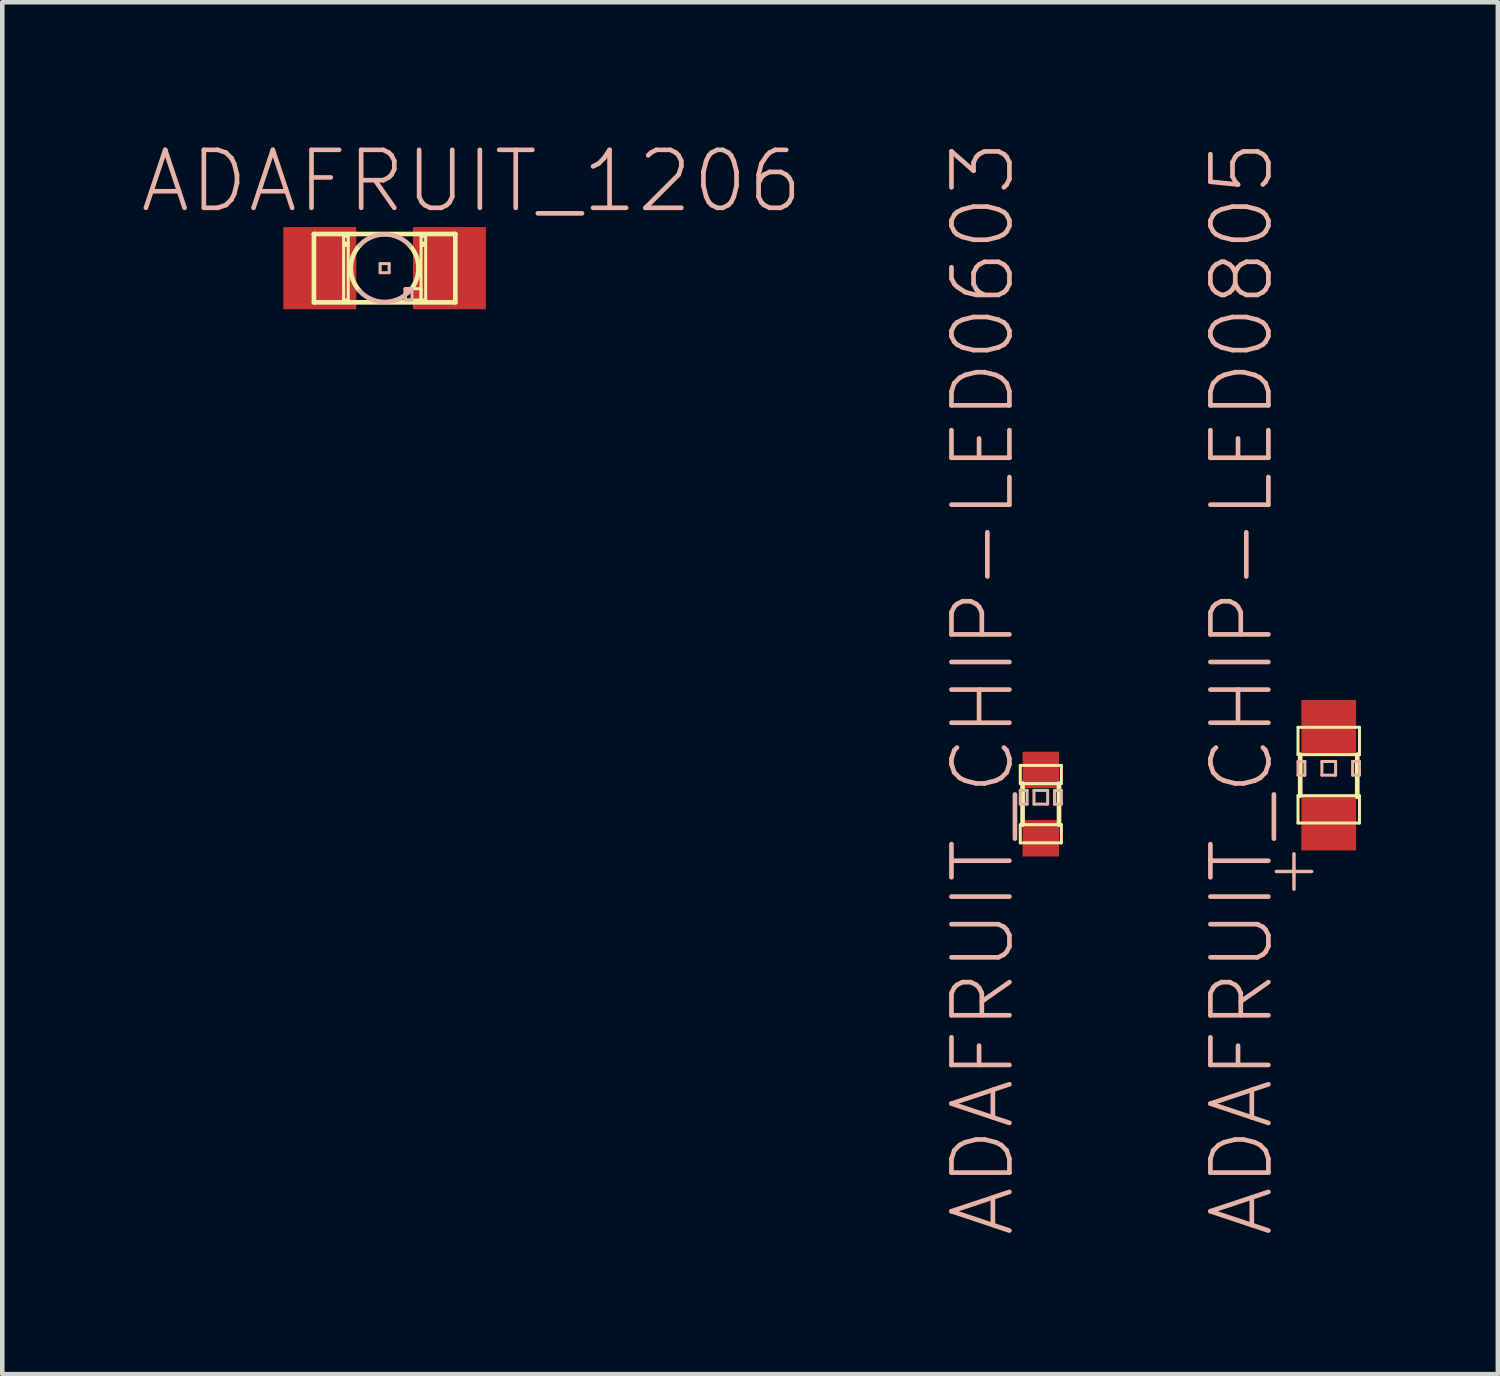
<source format=kicad_pcb>
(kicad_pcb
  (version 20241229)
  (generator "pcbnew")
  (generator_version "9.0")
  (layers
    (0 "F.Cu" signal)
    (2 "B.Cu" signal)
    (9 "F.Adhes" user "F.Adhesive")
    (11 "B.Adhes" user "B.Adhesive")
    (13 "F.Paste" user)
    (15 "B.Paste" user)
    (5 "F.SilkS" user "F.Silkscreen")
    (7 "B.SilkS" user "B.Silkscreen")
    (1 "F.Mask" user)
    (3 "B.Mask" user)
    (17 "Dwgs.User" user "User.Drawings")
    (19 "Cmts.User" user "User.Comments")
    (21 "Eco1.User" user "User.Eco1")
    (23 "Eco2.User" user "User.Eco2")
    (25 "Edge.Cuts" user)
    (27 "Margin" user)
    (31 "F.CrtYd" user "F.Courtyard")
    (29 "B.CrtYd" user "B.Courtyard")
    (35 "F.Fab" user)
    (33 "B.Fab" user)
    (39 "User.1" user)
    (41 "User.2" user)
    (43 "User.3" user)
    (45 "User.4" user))
  (footprint "ADAFRUIT_CHIP-LED0805"
    (layer "F.Cu")
    (at 26.065 13.935)
    (property "Reference" "ADAFRUIT_CHIP-LED0805" (at -1.905 -1.905 90) (layer "B.SilkS") (effects (font (size 1.27 1.27) (thickness 0.102))))
    (attr smd)
    (fp_line (start -0.673 -1.049) (end 0.673 -1.049) (stroke (width 0.066) (type solid)) (layer "F.SilkS"))
    (fp_line (start -0.673 -0.45) (end -0.673 -1.049) (stroke (width 0.066) (type solid)) (layer "F.SilkS"))
    (fp_line (start -0.673 -0.45) (end 0.673 -0.45) (stroke (width 0.066) (type solid)) (layer "F.SilkS"))
    (fp_line (start -0.673 0.45) (end 0.673 0.45) (stroke (width 0.066) (type solid)) (layer "F.SilkS"))
    (fp_line (start -0.673 1.049) (end -0.673 0.45) (stroke (width 0.066) (type solid)) (layer "F.SilkS"))
    (fp_line (start -0.673 1.049) (end 0.673 1.049) (stroke (width 0.066) (type solid)) (layer "F.SilkS"))
    (fp_line (start -0.625 -0.45) (end -0.625 0.45) (stroke (width 0.102) (type solid)) (layer "F.SilkS"))
    (fp_line (start 0.625 -0.45) (end 0.625 0.475) (stroke (width 0.102) (type solid)) (layer "F.SilkS"))
    (fp_line (start 0.673 -0.45) (end 0.673 -1.049) (stroke (width 0.066) (type solid)) (layer "F.SilkS"))
    (fp_line (start 0.673 1.049) (end 0.673 0.45) (stroke (width 0.066) (type solid)) (layer "F.SilkS"))
    (fp_line (start -0.673 -0.3) (end -0.523 -0.3) (stroke (width 0.066) (type solid)) (layer "B.SilkS"))
    (fp_line (start -0.673 0) (end -0.673 -0.3) (stroke (width 0.066) (type solid)) (layer "B.SilkS"))
    (fp_line (start -0.673 0) (end -0.523 0) (stroke (width 0.066) (type solid)) (layer "B.SilkS"))
    (fp_line (start -0.523 0) (end -0.523 -0.3) (stroke (width 0.066) (type solid)) (layer "B.SilkS"))
    (fp_line (start -0.15 -0.3) (end 0.15 -0.3) (stroke (width 0.066) (type solid)) (layer "B.SilkS"))
    (fp_line (start -0.15 0) (end -0.15 -0.3) (stroke (width 0.066) (type solid)) (layer "B.SilkS"))
    (fp_line (start -0.15 0) (end 0.15 0) (stroke (width 0.066) (type solid)) (layer "B.SilkS"))
    (fp_line (start 0.15 0) (end 0.15 -0.3) (stroke (width 0.066) (type solid)) (layer "B.SilkS"))
    (fp_line (start 0.523 -0.3) (end 0.673 -0.3) (stroke (width 0.066) (type solid)) (layer "B.SilkS"))
    (fp_line (start 0.523 0) (end 0.523 -0.3) (stroke (width 0.066) (type solid)) (layer "B.SilkS"))
    (fp_line (start 0.523 0) (end 0.673 0) (stroke (width 0.066) (type solid)) (layer "B.SilkS"))
    (fp_line (start 0.673 0) (end 0.673 -0.3) (stroke (width 0.066) (type solid)) (layer "B.SilkS"))
    (fp_text user "+" (at -0.762 2.032 0) (layer "B.SilkS") (effects (font (size 1.016 1.016) (thickness 0.076))))
    (pad "A" smd rect (at 0 1.049) (size 1.199 1.199) (layers "F.Cu" "F.Mask" "F.Paste"))
    (pad "C" smd rect (at 0 -1.049) (size 1.199 1.199) (layers "F.Cu" "F.Mask" "F.Paste")))
  (footprint "ADAFRUIT_1206"
    (layer "F.Cu")
    (at 5.378 2.826)
    (property "Reference" "ADAFRUIT_1206" (at 1.905 -1.905 0) (layer "B.SilkS") (effects (font (size 1.27 1.27) (thickness 0.102))))
    (attr smd)
    (fp_line (start -1.549 -0.749) (end 1.549 -0.749) (stroke (width 0.102) (type solid)) (layer "F.SilkS"))
    (fp_line (start -1.549 0.749) (end -1.549 -0.749) (stroke (width 0.102) (type solid)) (layer "F.SilkS"))
    (fp_line (start -0.899 -0.699) (end -0.798 -0.699) (stroke (width 0.066) (type solid)) (layer "F.SilkS"))
    (fp_line (start -0.899 -0.549) (end -0.899 -0.699) (stroke (width 0.066) (type solid)) (layer "F.SilkS"))
    (fp_line (start -0.899 -0.549) (end -0.798 -0.549) (stroke (width 0.066) (type solid)) (layer "F.SilkS"))
    (fp_line (start -0.899 -0.498) (end -0.798 -0.498) (stroke (width 0.066) (type solid)) (layer "F.SilkS"))
    (fp_line (start -0.899 0.699) (end -0.899 -0.498) (stroke (width 0.066) (type solid)) (layer "F.SilkS"))
    (fp_line (start -0.899 0.699) (end -0.798 0.699) (stroke (width 0.066) (type solid)) (layer "F.SilkS"))
    (fp_line (start -0.798 -0.549) (end -0.798 -0.699) (stroke (width 0.066) (type solid)) (layer "F.SilkS"))
    (fp_line (start -0.798 0.699) (end -0.798 -0.498) (stroke (width 0.066) (type solid)) (layer "F.SilkS"))
    (fp_line (start 0.45 0.45) (end 0.798 0.45) (stroke (width 0.066) (type solid)) (layer "F.SilkS"))
    (fp_line (start 0.45 0.699) (end 0.45 0.45) (stroke (width 0.066) (type solid)) (layer "F.SilkS"))
    (fp_line (start 0.45 0.699) (end 0.798 0.699) (stroke (width 0.066) (type solid)) (layer "F.SilkS"))
    (fp_line (start 0.798 -0.699) (end 0.899 -0.699) (stroke (width 0.066) (type solid)) (layer "F.SilkS"))
    (fp_line (start 0.798 -0.549) (end 0.798 -0.699) (stroke (width 0.066) (type solid)) (layer "F.SilkS"))
    (fp_line (start 0.798 -0.549) (end 0.899 -0.549) (stroke (width 0.066) (type solid)) (layer "F.SilkS"))
    (fp_line (start 0.798 -0.498) (end 0.899 -0.498) (stroke (width 0.066) (type solid)) (layer "F.SilkS"))
    (fp_line (start 0.798 0.699) (end 0.798 -0.498) (stroke (width 0.066) (type solid)) (layer "F.SilkS"))
    (fp_line (start 0.798 0.699) (end 0.798 0.45) (stroke (width 0.066) (type solid)) (layer "F.SilkS"))
    (fp_line (start 0.798 0.699) (end 0.899 0.699) (stroke (width 0.066) (type solid)) (layer "F.SilkS"))
    (fp_line (start 0.899 -0.549) (end 0.899 -0.699) (stroke (width 0.066) (type solid)) (layer "F.SilkS"))
    (fp_line (start 0.899 0.699) (end 0.899 -0.498) (stroke (width 0.066) (type solid)) (layer "F.SilkS"))
    (fp_line (start 1.549 -0.749) (end 1.549 0.749) (stroke (width 0.102) (type solid)) (layer "F.SilkS"))
    (fp_line (start 1.549 0.749) (end -1.549 0.749) (stroke (width 0.102) (type solid)) (layer "F.SilkS"))
    (fp_arc (start -0.54864 0.49784) (mid -0.740844 -0.000377) (end -0.548133 -0.498398) (stroke (width 0.1016) (type solid)) (layer "F.SilkS"))
    (fp_arc (start 0.54864 -0.49784) (mid 0.740844 0.000377) (end 0.548133 0.498398) (stroke (width 0.1016) (type solid)) (layer "F.SilkS"))
    (fp_line (start -0.099 -0.099) (end 0.099 -0.099) (stroke (width 0.066) (type solid)) (layer "B.SilkS"))
    (fp_line (start -0.099 0.099) (end -0.099 -0.099) (stroke (width 0.066) (type solid)) (layer "B.SilkS"))
    (fp_line (start -0.099 0.099) (end 0.099 0.099) (stroke (width 0.066) (type solid)) (layer "B.SilkS"))
    (fp_line (start 0.099 0.099) (end 0.099 -0.099) (stroke (width 0.066) (type solid)) (layer "B.SilkS"))
    (fp_line (start 0.45 0.45) (end 0.599 0.45) (stroke (width 0.066) (type solid)) (layer "B.SilkS"))
    (fp_line (start 0.45 0.699) (end 0.45 0.45) (stroke (width 0.066) (type solid)) (layer "B.SilkS"))
    (fp_line (start 0.45 0.699) (end 0.599 0.699) (stroke (width 0.066) (type solid)) (layer "B.SilkS"))
    (fp_line (start 0.599 0.699) (end 0.599 0.45) (stroke (width 0.066) (type solid)) (layer "B.SilkS"))
    (fp_arc (start -0.54864 -0.49784) (mid -0.001024 -0.740844) (end 0.547262 -0.499354) (stroke (width 0.1016) (type solid)) (layer "B.SilkS"))
    (fp_arc (start 0.54864 0.49784) (mid 0.001024 0.740844) (end -0.547262 0.499354) (stroke (width 0.1016) (type solid)) (layer "B.SilkS"))
    (pad "A" smd rect (at -1.42 0) (size 1.598 1.801) (layers "F.Cu" "F.Mask" "F.Paste"))
    (pad "C" smd rect (at 1.42 0) (size 1.598 1.801) (layers "F.Cu" "F.Mask" "F.Paste")))
  (footprint "ADAFRUIT_CHIP-LED0603"
    (layer "F.Cu")
    (at 19.756 14.57)
    (property "Reference" "ADAFRUIT_CHIP-LED0603" (at -1.27 -2.54 90) (layer "B.SilkS") (effects (font (size 1.27 1.27) (thickness 0.102))))
    (attr smd)
    (fp_line (start -0.45 -0.848) (end 0.45 -0.848) (stroke (width 0.066) (type solid)) (layer "F.SilkS"))
    (fp_line (start -0.45 -0.45) (end -0.45 -0.848) (stroke (width 0.066) (type solid)) (layer "F.SilkS"))
    (fp_line (start -0.45 -0.45) (end 0.45 -0.45) (stroke (width 0.066) (type solid)) (layer "F.SilkS"))
    (fp_line (start -0.45 0.45) (end 0.45 0.45) (stroke (width 0.066) (type solid)) (layer "F.SilkS"))
    (fp_line (start -0.45 0.848) (end -0.45 0.45) (stroke (width 0.066) (type solid)) (layer "F.SilkS"))
    (fp_line (start -0.45 0.848) (end 0.45 0.848) (stroke (width 0.066) (type solid)) (layer "F.SilkS"))
    (fp_line (start -0.399 -0.45) (end -0.399 0.45) (stroke (width 0.102) (type solid)) (layer "F.SilkS"))
    (fp_line (start 0.399 -0.45) (end 0.399 0.45) (stroke (width 0.102) (type solid)) (layer "F.SilkS"))
    (fp_line (start 0.45 -0.45) (end 0.45 -0.848) (stroke (width 0.066) (type solid)) (layer "F.SilkS"))
    (fp_line (start 0.45 0.848) (end 0.45 0.45) (stroke (width 0.066) (type solid)) (layer "F.SilkS"))
    (fp_line (start -0.45 -0.3) (end -0.3 -0.3) (stroke (width 0.066) (type solid)) (layer "B.SilkS"))
    (fp_line (start -0.45 0) (end -0.45 -0.3) (stroke (width 0.066) (type solid)) (layer "B.SilkS"))
    (fp_line (start -0.45 0) (end -0.3 0) (stroke (width 0.066) (type solid)) (layer "B.SilkS"))
    (fp_line (start -0.3 0) (end -0.3 -0.3) (stroke (width 0.066) (type solid)) (layer "B.SilkS"))
    (fp_line (start -0.15 -0.3) (end 0.15 -0.3) (stroke (width 0.066) (type solid)) (layer "B.SilkS"))
    (fp_line (start -0.15 0) (end -0.15 -0.3) (stroke (width 0.066) (type solid)) (layer "B.SilkS"))
    (fp_line (start -0.15 0) (end 0.15 0) (stroke (width 0.066) (type solid)) (layer "B.SilkS"))
    (fp_line (start 0.15 0) (end 0.15 -0.3) (stroke (width 0.066) (type solid)) (layer "B.SilkS"))
    (fp_line (start 0.3 -0.3) (end 0.45 -0.3) (stroke (width 0.066) (type solid)) (layer "B.SilkS"))
    (fp_line (start 0.3 0) (end 0.3 -0.3) (stroke (width 0.066) (type solid)) (layer "B.SilkS"))
    (fp_line (start 0.3 0) (end 0.45 0) (stroke (width 0.066) (type solid)) (layer "B.SilkS"))
    (fp_line (start 0.45 0) (end 0.45 -0.3) (stroke (width 0.066) (type solid)) (layer "B.SilkS"))
    (pad "A" smd rect (at 0 0.749) (size 0.798 0.798) (layers "F.Cu" "F.Mask" "F.Paste"))
    (pad "C" smd rect (at 0 -0.749) (size 0.798 0.798) (layers "F.Cu" "F.Mask" "F.Paste")))
  (gr_rect
    (start -3 -3)
    (end 29.771 27.06)
    (stroke (width 0.1) (type default))
    (fill no)
    (layer "Edge.Cuts")))
</source>
